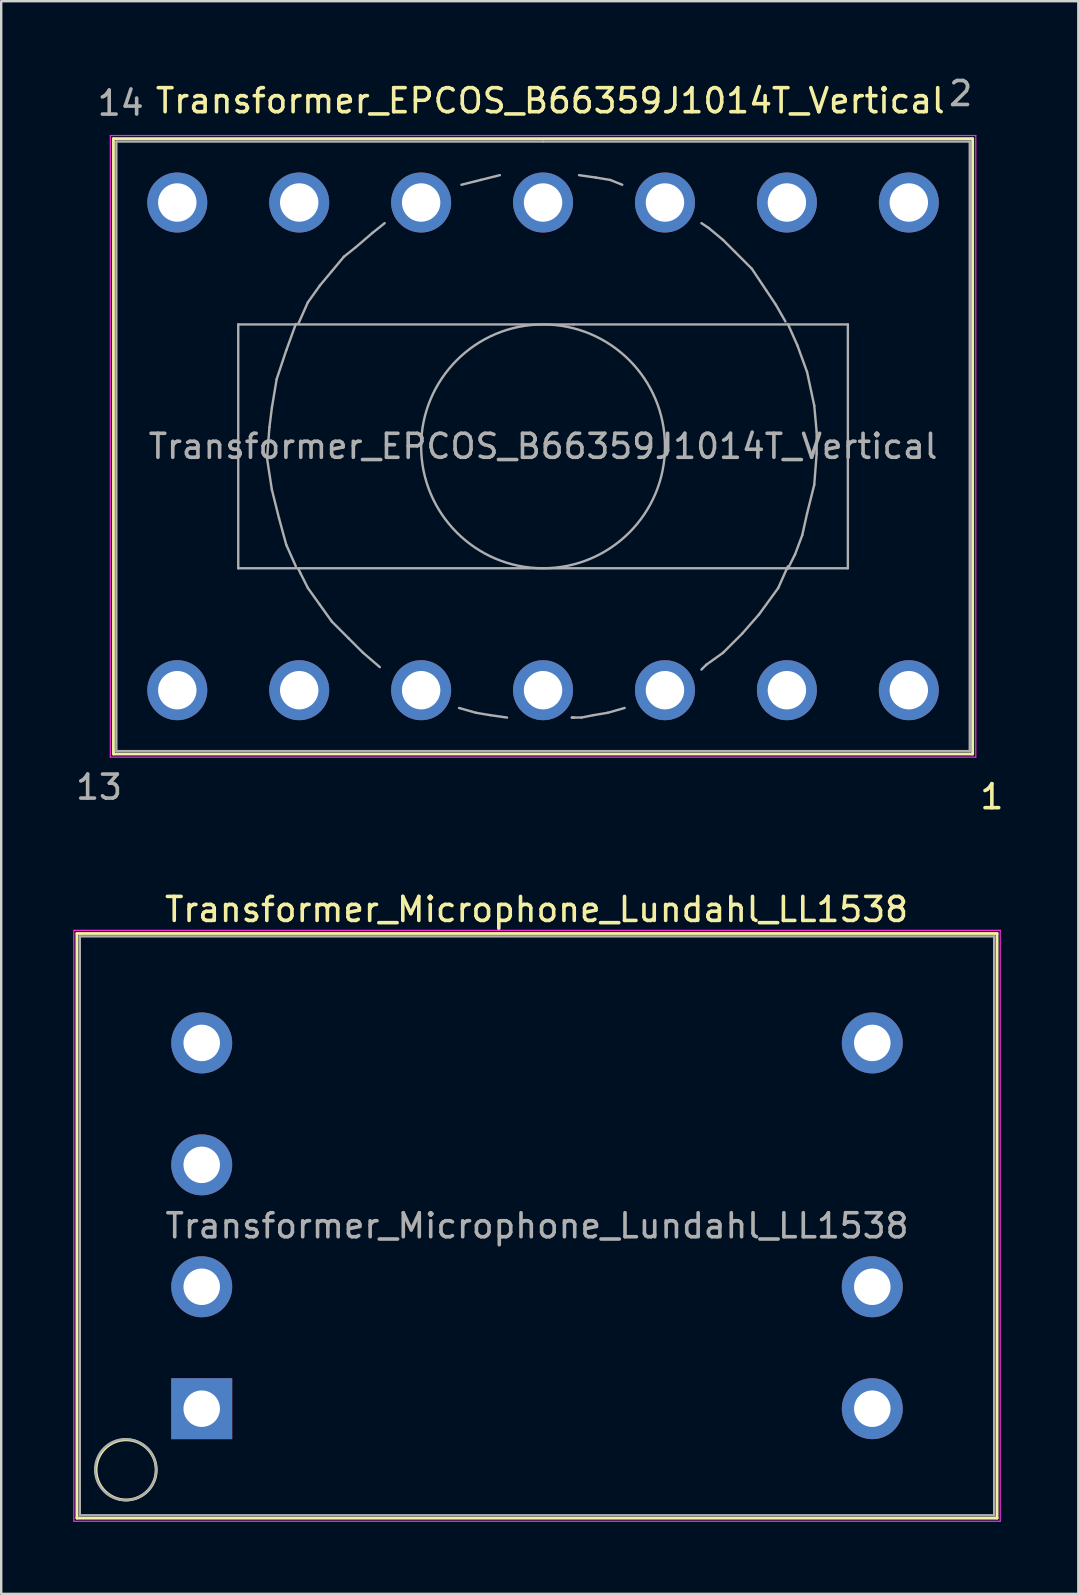
<source format=kicad_pcb>
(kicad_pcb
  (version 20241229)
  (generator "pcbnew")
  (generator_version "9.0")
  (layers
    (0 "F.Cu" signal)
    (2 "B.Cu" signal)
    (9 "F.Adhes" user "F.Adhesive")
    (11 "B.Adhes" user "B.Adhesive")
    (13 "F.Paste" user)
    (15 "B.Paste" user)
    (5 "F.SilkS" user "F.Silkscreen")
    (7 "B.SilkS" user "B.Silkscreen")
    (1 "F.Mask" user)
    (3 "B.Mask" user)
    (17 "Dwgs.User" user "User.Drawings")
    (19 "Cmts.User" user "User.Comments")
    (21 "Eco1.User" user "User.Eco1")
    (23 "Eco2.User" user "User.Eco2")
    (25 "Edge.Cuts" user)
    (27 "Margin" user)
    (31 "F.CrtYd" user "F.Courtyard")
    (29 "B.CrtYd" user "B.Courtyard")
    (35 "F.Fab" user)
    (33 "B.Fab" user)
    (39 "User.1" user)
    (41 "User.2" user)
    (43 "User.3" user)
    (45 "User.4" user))
  (footprint "Transformer_Microphone_Lundahl_LL1538"
    (layer "F.Cu")
    (at 5.355 55.645)
    (property "Reference" "Transformer_Microphone_Lundahl_LL1538" (at 13.95 -20.8 0) (layer "F.SilkS") (effects (font (size 1 1) (thickness 0.15))))
    (attr through_hole)
    (fp_line (start -5.2 -19.8) (end -5.2 4.56) (stroke (width 0.12) (type solid)) (layer "F.SilkS"))
    (fp_line (start -5.2 -19.8) (end 33.14 -19.8) (stroke (width 0.12) (type solid)) (layer "F.SilkS"))
    (fp_line (start 33.14 4.56) (end -5.2 4.56) (stroke (width 0.12) (type solid)) (layer "F.SilkS"))
    (fp_line (start 33.14 4.56) (end 33.14 -19.8) (stroke (width 0.12) (type solid)) (layer "F.SilkS"))
    (fp_circle (center -3.15 2.55) (end -2 3.05) (stroke (width 0.12) (type solid)) (fill no) (layer "F.SilkS"))
    (fp_line (start -5.33 -19.93) (end -5.33 4.69) (stroke (width 0.05) (type solid)) (layer "F.CrtYd"))
    (fp_line (start -5.33 -19.93) (end 33.27 -19.93) (stroke (width 0.05) (type solid)) (layer "F.CrtYd"))
    (fp_line (start 33.27 4.69) (end -5.33 4.69) (stroke (width 0.05) (type solid)) (layer "F.CrtYd"))
    (fp_line (start 33.27 4.69) (end 33.27 -19.93) (stroke (width 0.05) (type solid)) (layer "F.CrtYd"))
    (fp_line (start -5.08 -19.68) (end 33.02 -19.68) (stroke (width 0.1) (type solid)) (layer "F.Fab"))
    (fp_line (start -5.08 4.44) (end -5.08 -19.68) (stroke (width 0.1) (type solid)) (layer "F.Fab"))
    (fp_line (start 33.02 -19.68) (end 33.02 4.44) (stroke (width 0.1) (type solid)) (layer "F.Fab"))
    (fp_line (start 33.02 4.44) (end -5.08 4.44) (stroke (width 0.1) (type solid)) (layer "F.Fab"))
    (fp_circle (center -3.17 2.54) (end -3.17 1.27) (stroke (width 0.1) (type solid)) (fill no) (layer "F.Fab"))
    (fp_text user "${REFERENCE}" (at 13.97 -7.62 0) (layer "F.Fab") (effects (font (size 1 1) (thickness 0.15))))
    (pad "1" thru_hole rect (at 0 0) (size 2.54 2.54) (drill 1.52) (layers "*.Cu" "*.Mask"))
    (pad "2" thru_hole circle (at 0 -5.08) (size 2.54 2.54) (drill 1.52) (layers "*.Cu" "*.Mask"))
    (pad "3" thru_hole circle (at 0 -10.16) (size 2.54 2.54) (drill 1.52) (layers "*.Cu" "*.Mask"))
    (pad "4" thru_hole circle (at 0 -15.24) (size 2.54 2.54) (drill 1.52) (layers "*.Cu" "*.Mask"))
    (pad "5" thru_hole circle (at 27.94 0) (size 2.54 2.54) (drill 1.52) (layers "*.Cu" "*.Mask"))
    (pad "6" thru_hole circle (at 27.94 -5.08) (size 2.54 2.54) (drill 1.52) (layers "*.Cu" "*.Mask"))
    (pad "8" thru_hole circle (at 27.94 -15.24) (size 2.54 2.54) (drill 1.52) (layers "*.Cu" "*.Mask")))
  (footprint "Transformer_EPCOS_B66359J1014T_Vertical"
    (layer "F.Cu")
    (at 34.817 25.708)
    (property "Reference" "Transformer_EPCOS_B66359J1014T_Vertical" (at -14.94 -24.56 0) (layer "F.SilkS") (effects (font (size 1 1) (thickness 0.15))))
    (attr through_hole)
    (fp_line (start -33.14 -22.98) (end -33.14 2.66) (stroke (width 0.12) (type solid)) (layer "F.SilkS"))
    (fp_line (start -33.14 -22.98) (end 2.66 -22.98) (stroke (width 0.12) (type solid)) (layer "F.SilkS"))
    (fp_line (start 2.66 2.66) (end -33.14 2.66) (stroke (width 0.12) (type solid)) (layer "F.SilkS"))
    (fp_line (start 2.66 2.66) (end 2.66 -22.98) (stroke (width 0.12) (type solid)) (layer "F.SilkS"))
    (fp_line (start -33.27 -23.11) (end -33.27 2.79) (stroke (width 0.05) (type solid)) (layer "F.CrtYd"))
    (fp_line (start -33.27 -23.11) (end 2.79 -23.11) (stroke (width 0.05) (type solid)) (layer "F.CrtYd"))
    (fp_line (start 2.79 2.79) (end -33.27 2.79) (stroke (width 0.05) (type solid)) (layer "F.CrtYd"))
    (fp_line (start 2.79 2.79) (end 2.79 -23.11) (stroke (width 0.05) (type solid)) (layer "F.CrtYd"))
    (fp_line (start -33.02 -22.86) (end -33.02 2.54) (stroke (width 0.1) (type solid)) (layer "F.Fab"))
    (fp_line (start -33.02 2.54) (end 2.54 2.54) (stroke (width 0.1) (type solid)) (layer "F.Fab"))
    (fp_line (start -27.94 -15.24) (end -13.97 -15.24) (stroke (width 0.1) (type solid)) (layer "F.Fab"))
    (fp_line (start -27.94 -5.08) (end -27.94 -15.24) (stroke (width 0.1) (type solid)) (layer "F.Fab"))
    (fp_line (start -26.74 -9.66) (end -26.54 -8.36) (stroke (width 0.1) (type solid)) (layer "F.Fab"))
    (fp_line (start -26.64 -10.96) (end -26.74 -9.66) (stroke (width 0.1) (type solid)) (layer "F.Fab"))
    (fp_line (start -26.54 -11.76) (end -26.64 -10.96) (stroke (width 0.1) (type solid)) (layer "F.Fab"))
    (fp_line (start -26.54 -8.36) (end -26.24 -7.16) (stroke (width 0.1) (type solid)) (layer "F.Fab"))
    (fp_line (start -26.34 -12.96) (end -26.54 -11.76) (stroke (width 0.1) (type solid)) (layer "F.Fab"))
    (fp_line (start -26.24 -7.16) (end -25.94 -6.06) (stroke (width 0.1) (type solid)) (layer "F.Fab"))
    (fp_line (start -25.94 -14.16) (end -26.34 -12.96) (stroke (width 0.1) (type solid)) (layer "F.Fab"))
    (fp_line (start -25.94 -6.06) (end -25.54 -5.16) (stroke (width 0.1) (type solid)) (layer "F.Fab"))
    (fp_line (start -25.54 -15.26) (end -25.94 -14.16) (stroke (width 0.1) (type solid)) (layer "F.Fab"))
    (fp_line (start -25.34 -4.86) (end -25.44 -5.06) (stroke (width 0.1) (type solid)) (layer "F.Fab"))
    (fp_line (start -25.04 -16.16) (end -25.44 -15.26) (stroke (width 0.1) (type solid)) (layer "F.Fab"))
    (fp_line (start -25.04 -4.26) (end -25.34 -4.86) (stroke (width 0.1) (type solid)) (layer "F.Fab"))
    (fp_line (start -24.54 -16.86) (end -25.04 -16.16) (stroke (width 0.1) (type solid)) (layer "F.Fab"))
    (fp_line (start -24.54 -3.56) (end -25.04 -4.26) (stroke (width 0.1) (type solid)) (layer "F.Fab"))
    (fp_line (start -24.04 -17.46) (end -24.54 -16.86) (stroke (width 0.1) (type solid)) (layer "F.Fab"))
    (fp_line (start -24.04 -2.86) (end -24.54 -3.56) (stroke (width 0.1) (type solid)) (layer "F.Fab"))
    (fp_line (start -23.54 -18.06) (end -24.04 -17.46) (stroke (width 0.1) (type solid)) (layer "F.Fab"))
    (fp_line (start -23.34 -2.16) (end -24.04 -2.86) (stroke (width 0.1) (type solid)) (layer "F.Fab"))
    (fp_line (start -23.04 -18.46) (end -23.54 -18.06) (stroke (width 0.1) (type solid)) (layer "F.Fab"))
    (fp_line (start -22.74 -1.56) (end -23.34 -2.16) (stroke (width 0.1) (type solid)) (layer "F.Fab"))
    (fp_line (start -22.34 -19.06) (end -23.04 -18.46) (stroke (width 0.1) (type solid)) (layer "F.Fab"))
    (fp_line (start -22.04 -0.96) (end -22.74 -1.56) (stroke (width 0.1) (type solid)) (layer "F.Fab"))
    (fp_line (start -21.84 -19.46) (end -22.34 -19.06) (stroke (width 0.1) (type solid)) (layer "F.Fab"))
    (fp_line (start -18.04 0.94) (end -18.74 0.74) (stroke (width 0.1) (type solid)) (layer "F.Fab"))
    (fp_line (start -17.84 -21.26) (end -18.64 -21.06) (stroke (width 0.1) (type solid)) (layer "F.Fab"))
    (fp_line (start -17.44 1.04) (end -18.04 0.94) (stroke (width 0.1) (type solid)) (layer "F.Fab"))
    (fp_line (start -17.04 -21.46) (end -17.84 -21.26) (stroke (width 0.1) (type solid)) (layer "F.Fab"))
    (fp_line (start -16.74 1.14) (end -17.44 1.04) (stroke (width 0.1) (type solid)) (layer "F.Fab"))
    (fp_line (start -15.24 -22.86) (end -33.02 -22.86) (stroke (width 0.1) (type solid)) (layer "F.Fab"))
    (fp_line (start -15.24 -22.86) (end 2.54 -22.86) (stroke (width 0.1) (type solid)) (layer "F.Fab"))
    (fp_line (start -14.04 1.14) (end -13.94 1.14) (stroke (width 0.1) (type solid)) (layer "F.Fab"))
    (fp_line (start -13.97 -15.24) (end -2.54 -15.24) (stroke (width 0.1) (type solid)) (layer "F.Fab"))
    (fp_line (start -13.64 1.14) (end -14.04 1.14) (stroke (width 0.1) (type solid)) (layer "F.Fab"))
    (fp_line (start -13.14 1.04) (end -13.64 1.14) (stroke (width 0.1) (type solid)) (layer "F.Fab"))
    (fp_line (start -13.04 -21.36) (end -13.74 -21.46) (stroke (width 0.1) (type solid)) (layer "F.Fab"))
    (fp_line (start -12.54 0.94) (end -13.14 1.04) (stroke (width 0.1) (type solid)) (layer "F.Fab"))
    (fp_line (start -12.44 -21.26) (end -13.04 -21.36) (stroke (width 0.1) (type solid)) (layer "F.Fab"))
    (fp_line (start -11.94 -21.06) (end -12.44 -21.26) (stroke (width 0.1) (type solid)) (layer "F.Fab"))
    (fp_line (start -11.84 0.74) (end -12.54 0.94) (stroke (width 0.1) (type solid)) (layer "F.Fab"))
    (fp_line (start -8.64 -19.46) (end -8.34 -19.26) (stroke (width 0.1) (type solid)) (layer "F.Fab"))
    (fp_line (start -8.44 -1.06) (end -8.64 -0.86) (stroke (width 0.1) (type solid)) (layer "F.Fab"))
    (fp_line (start -8.34 -19.26) (end -7.74 -18.76) (stroke (width 0.1) (type solid)) (layer "F.Fab"))
    (fp_line (start -7.74 -18.76) (end -7.24 -18.26) (stroke (width 0.1) (type solid)) (layer "F.Fab"))
    (fp_line (start -7.74 -1.56) (end -8.44 -1.06) (stroke (width 0.1) (type solid)) (layer "F.Fab"))
    (fp_line (start -7.24 -18.26) (end -6.54 -17.56) (stroke (width 0.1) (type solid)) (layer "F.Fab"))
    (fp_line (start -6.94 -2.36) (end -7.74 -1.56) (stroke (width 0.1) (type solid)) (layer "F.Fab"))
    (fp_line (start -6.54 -17.56) (end -5.94 -16.66) (stroke (width 0.1) (type solid)) (layer "F.Fab"))
    (fp_line (start -6.24 -3.16) (end -6.94 -2.36) (stroke (width 0.1) (type solid)) (layer "F.Fab"))
    (fp_line (start -5.94 -16.66) (end -5.54 -16.06) (stroke (width 0.1) (type solid)) (layer "F.Fab"))
    (fp_line (start -5.54 -16.06) (end -5.14 -15.36) (stroke (width 0.1) (type solid)) (layer "F.Fab"))
    (fp_line (start -5.44 -4.26) (end -6.24 -3.16) (stroke (width 0.1) (type solid)) (layer "F.Fab"))
    (fp_line (start -5.04 -15.26) (end -4.64 -14.36) (stroke (width 0.1) (type solid)) (layer "F.Fab"))
    (fp_line (start -5.04 -5.16) (end -5.44 -4.26) (stroke (width 0.1) (type solid)) (layer "F.Fab"))
    (fp_line (start -4.74 -5.66) (end -5.04 -5.06) (stroke (width 0.1) (type solid)) (layer "F.Fab"))
    (fp_line (start -4.64 -14.36) (end -4.24 -13.26) (stroke (width 0.1) (type solid)) (layer "F.Fab"))
    (fp_line (start -4.44 -6.46) (end -4.74 -5.66) (stroke (width 0.1) (type solid)) (layer "F.Fab"))
    (fp_line (start -4.24 -13.26) (end -3.94 -11.86) (stroke (width 0.1) (type solid)) (layer "F.Fab"))
    (fp_line (start -4.24 -7.36) (end -4.44 -6.46) (stroke (width 0.1) (type solid)) (layer "F.Fab"))
    (fp_line (start -3.94 -11.86) (end -3.84 -10.76) (stroke (width 0.1) (type solid)) (layer "F.Fab"))
    (fp_line (start -3.94 -8.56) (end -4.24 -7.36) (stroke (width 0.1) (type solid)) (layer "F.Fab"))
    (fp_line (start -3.84 -10.76) (end -3.84 -9.86) (stroke (width 0.1) (type solid)) (layer "F.Fab"))
    (fp_line (start -3.84 -9.86) (end -3.94 -8.56) (stroke (width 0.1) (type solid)) (layer "F.Fab"))
    (fp_line (start -2.54 -15.24) (end -2.54 -5.08) (stroke (width 0.1) (type solid)) (layer "F.Fab"))
    (fp_line (start -2.54 -5.08) (end -27.94 -5.08) (stroke (width 0.1) (type solid)) (layer "F.Fab"))
    (fp_line (start 2.54 -22.86) (end 2.54 2.54) (stroke (width 0.1) (type solid)) (layer "F.Fab"))
    (fp_circle (center -15.24 -10.16) (end -15.24 -15.24) (stroke (width 0.1) (type solid)) (fill no) (layer "F.Fab"))
    (fp_text user "1" (at 3.46 4.44 0) (layer "F.SilkS") (effects (font (size 1 1) (thickness 0.15))))
    (fp_text user "2" (at 2.16 -24.86 0) (layer "F.Fab") (effects (font (size 1 1) (thickness 0.15))))
    (fp_text user "14" (at -32.84 -24.46 0) (layer "F.Fab") (effects (font (size 1 1) (thickness 0.15))))
    (fp_text user "13" (at -33.74 4.04 0) (layer "F.Fab") (effects (font (size 1 1) (thickness 0.15))))
    (fp_text user "${REFERENCE}" (at -15.24 -10.16 0) (layer "F.Fab") (effects (font (size 1 1) (thickness 0.15))))
    (pad "1" thru_hole circle (at 0 0) (size 2.5 2.5) (drill 1.6) (layers "*.Cu" "*.Mask"))
    (pad "2" thru_hole circle (at 0 -20.32) (size 2.5 2.5) (drill 1.6) (layers "*.Cu" "*.Mask"))
    (pad "3" thru_hole circle (at -5.08 0) (size 2.5 2.5) (drill 1.6) (layers "*.Cu" "*.Mask"))
    (pad "4" thru_hole circle (at -5.08 -20.32) (size 2.5 2.5) (drill 1.6) (layers "*.Cu" "*.Mask"))
    (pad "5" thru_hole circle (at -10.16 0) (size 2.5 2.5) (drill 1.6) (layers "*.Cu" "*.Mask"))
    (pad "6" thru_hole circle (at -10.16 -20.32) (size 2.5 2.5) (drill 1.6) (layers "*.Cu" "*.Mask"))
    (pad "7" thru_hole circle (at -15.24 0) (size 2.5 2.5) (drill 1.6) (layers "*.Cu" "*.Mask"))
    (pad "8" thru_hole circle (at -15.24 -20.32) (size 2.5 2.5) (drill 1.6) (layers "*.Cu" "*.Mask"))
    (pad "9" thru_hole circle (at -20.32 0) (size 2.5 2.5) (drill 1.6) (layers "*.Cu" "*.Mask"))
    (pad "10" thru_hole circle (at -20.32 -20.32) (size 2.5 2.5) (drill 1.6) (layers "*.Cu" "*.Mask"))
    (pad "11" thru_hole circle (at -25.4 0) (size 2.5 2.5) (drill 1.6) (layers "*.Cu" "*.Mask"))
    (pad "12" thru_hole circle (at -25.4 -20.32) (size 2.5 2.5) (drill 1.6) (layers "*.Cu" "*.Mask"))
    (pad "13" thru_hole circle (at -30.48 0) (size 2.5 2.5) (drill 1.6) (layers "*.Cu" "*.Mask"))
    (pad "14" thru_hole circle (at -30.48 -20.32) (size 2.5 2.5) (drill 1.6) (layers "*.Cu" "*.Mask")))
  (gr_rect
    (start -3 -3)
    (end 41.879 63.36)
    (stroke (width 0.1) (type default))
    (fill no)
    (layer "Edge.Cuts")))
</source>
